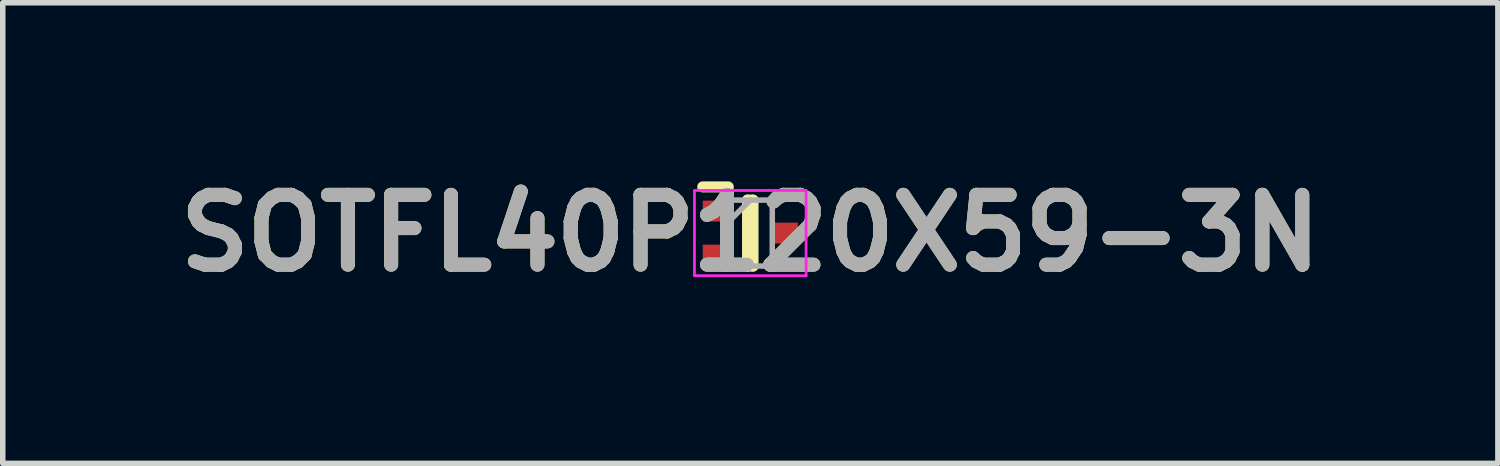
<source format=kicad_pcb>
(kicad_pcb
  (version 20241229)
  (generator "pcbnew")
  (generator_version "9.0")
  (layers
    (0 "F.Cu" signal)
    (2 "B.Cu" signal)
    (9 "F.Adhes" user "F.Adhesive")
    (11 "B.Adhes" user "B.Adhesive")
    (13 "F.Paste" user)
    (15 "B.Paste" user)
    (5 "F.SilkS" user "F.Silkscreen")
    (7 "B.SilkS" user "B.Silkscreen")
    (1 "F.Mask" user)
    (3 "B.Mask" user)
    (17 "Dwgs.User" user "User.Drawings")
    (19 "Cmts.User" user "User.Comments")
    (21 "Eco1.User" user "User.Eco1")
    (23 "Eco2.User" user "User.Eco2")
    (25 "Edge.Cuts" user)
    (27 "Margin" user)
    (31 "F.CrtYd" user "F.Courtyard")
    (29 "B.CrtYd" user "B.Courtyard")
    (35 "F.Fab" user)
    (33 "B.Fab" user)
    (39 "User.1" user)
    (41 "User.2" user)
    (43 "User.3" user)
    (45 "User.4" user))
  (footprint "SOTFL40P120X59-3N"
    (layer "F.Cu")
    (at 10.595 1.189)
    (property "Reference" "SOTFL40P120X59-3N" (at 0 0 0) (layer "F.SilkS") (effects (font (size 1.27 1.27) (thickness 0.254))))
    (attr smd)
    (fp_line (start -0.865 -0.84) (end -0.4 -0.84) (stroke (width 0.2) (type solid)) (layer "F.SilkS"))
    (fp_line (start -0.05 -0.6) (end 0.05 -0.6) (stroke (width 0.2) (type solid)) (layer "F.SilkS"))
    (fp_line (start -0.05 0.6) (end -0.05 -0.6) (stroke (width 0.2) (type solid)) (layer "F.SilkS"))
    (fp_line (start 0.05 -0.6) (end 0.05 0.6) (stroke (width 0.2) (type solid)) (layer "F.SilkS"))
    (fp_line (start 0.05 0.6) (end -0.05 0.6) (stroke (width 0.2) (type solid)) (layer "F.SilkS"))
    (fp_line (start -1.015 -0.775) (end 1.015 -0.775) (stroke (width 0.05) (type solid)) (layer "F.CrtYd"))
    (fp_line (start -1.015 0.775) (end -1.015 -0.775) (stroke (width 0.05) (type solid)) (layer "F.CrtYd"))
    (fp_line (start 1.015 -0.775) (end 1.015 0.775) (stroke (width 0.05) (type solid)) (layer "F.CrtYd"))
    (fp_line (start 1.015 0.775) (end -1.015 0.775) (stroke (width 0.05) (type solid)) (layer "F.CrtYd"))
    (fp_line (start -0.4 -0.6) (end 0.4 -0.6) (stroke (width 0.1) (type solid)) (layer "F.Fab"))
    (fp_line (start -0.4 -0.2) (end 0 -0.6) (stroke (width 0.1) (type solid)) (layer "F.Fab"))
    (fp_line (start -0.4 0.6) (end -0.4 -0.6) (stroke (width 0.1) (type solid)) (layer "F.Fab"))
    (fp_line (start 0.4 -0.6) (end 0.4 0.6) (stroke (width 0.1) (type solid)) (layer "F.Fab"))
    (fp_line (start 0.4 0.6) (end -0.4 0.6) (stroke (width 0.1) (type solid)) (layer "F.Fab"))
    (fp_text user "${REFERENCE}" (at 0 0 0) (layer "F.Fab") (effects (font (size 1.27 1.27) (thickness 0.254))))
    (pad "1" smd rect (at -0.632 -0.4 90) (size 0.38 0.465) (layers "F.Cu" "F.Mask" "F.Paste"))
    (pad "2" smd rect (at -0.632 0.4 90) (size 0.38 0.465) (layers "F.Cu" "F.Mask" "F.Paste"))
    (pad "3" smd rect (at 0.632 0 90) (size 0.38 0.465) (layers "F.Cu" "F.Mask" "F.Paste")))
  (gr_rect
    (start -3 -3)
    (end 24.191 5.377)
    (stroke (width 0.1) (type default))
    (fill no)
    (layer "Edge.Cuts")))
</source>
